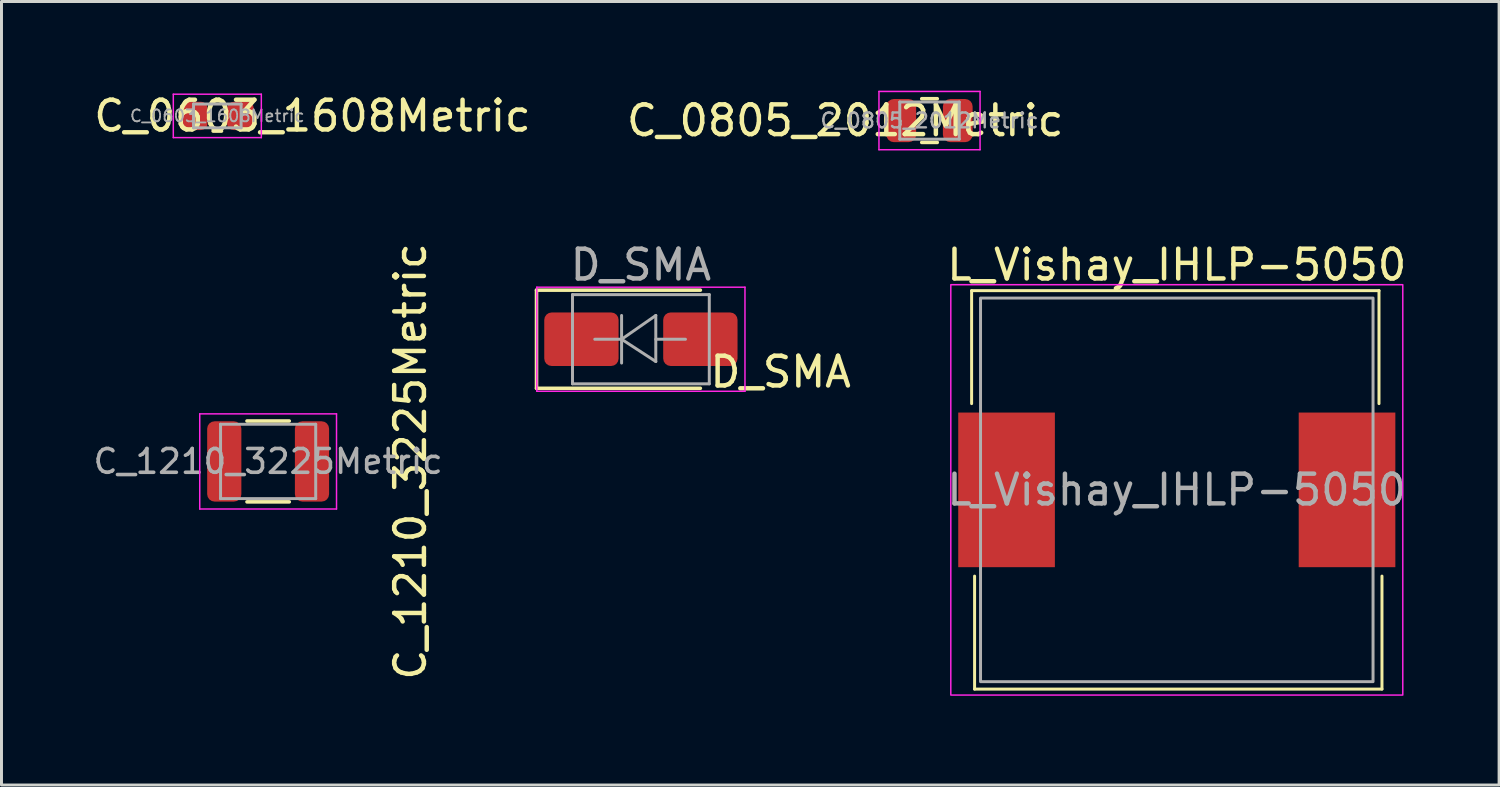
<source format=kicad_pcb>
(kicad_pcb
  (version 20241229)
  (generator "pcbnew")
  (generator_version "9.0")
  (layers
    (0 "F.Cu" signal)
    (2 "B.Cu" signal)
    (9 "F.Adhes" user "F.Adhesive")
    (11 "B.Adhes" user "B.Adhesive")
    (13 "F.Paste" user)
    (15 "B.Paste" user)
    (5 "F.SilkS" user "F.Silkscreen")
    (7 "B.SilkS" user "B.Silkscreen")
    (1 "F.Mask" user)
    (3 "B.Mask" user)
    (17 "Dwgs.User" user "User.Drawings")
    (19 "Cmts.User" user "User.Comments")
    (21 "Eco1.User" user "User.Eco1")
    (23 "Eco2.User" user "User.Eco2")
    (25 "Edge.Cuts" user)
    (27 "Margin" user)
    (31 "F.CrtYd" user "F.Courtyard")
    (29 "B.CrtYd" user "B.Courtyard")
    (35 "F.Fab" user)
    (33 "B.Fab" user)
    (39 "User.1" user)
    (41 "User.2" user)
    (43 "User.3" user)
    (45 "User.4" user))
  (footprint "L_Vishay_IHLP-5050"
    (layer "F.Cu")
    (at 36.525 13.424)
    (property "Reference" "L_Vishay_IHLP-5050" (at 0 -7.566 0) (layer "F.SilkS") (effects (font (size 1 1) (thickness 0.15))))
    (attr smd)
    (fp_line (start -6.9 -6.7) (end 6.8 -6.7) (stroke (width 0.1) (type default)) (layer "F.SilkS"))
    (fp_line (start -6.9 -2.9) (end -6.9 -6.7) (stroke (width 0.1) (type default)) (layer "F.SilkS"))
    (fp_line (start -6.8 2.9) (end -6.8 6.7) (stroke (width 0.1) (type default)) (layer "F.SilkS"))
    (fp_line (start -6.8 6.7) (end 6.9 6.7) (stroke (width 0.1) (type default)) (layer "F.SilkS"))
    (fp_line (start 6.8 -6.7) (end 6.8 -2.9) (stroke (width 0.1) (type default)) (layer "F.SilkS"))
    (fp_line (start 6.9 6.7) (end 6.9 2.9) (stroke (width 0.1) (type default)) (layer "F.SilkS"))
    (fp_rect (start -7.6 -6.9) (end 7.6 6.9) (stroke (width 0.05) (type default)) (fill no) (layer "F.CrtYd"))
    (fp_rect (start -6.6 -6.45) (end 6.6 6.45) (stroke (width 0.1) (type default)) (fill no) (layer "F.Fab"))
    (fp_text user "${REFERENCE}" (at 0 0 0) (layer "F.Fab") (effects (font (size 1 1) (thickness 0.15))))
    (pad "1" smd rect (at -5.725 0) (size 3.25 5.2) (layers "F.Cu" "F.Mask" "F.Paste"))
    (pad "2" smd rect (at 5.725 0) (size 3.25 5.2) (layers "F.Cu" "F.Mask" "F.Paste")))
  (footprint "D_SMA"
    (layer "F.Cu")
    (at 18.503 8.358)
    (property "Reference" "D_SMA" (at 4.7 1.1 0) (layer "F.SilkS") (effects (font (size 1 1) (thickness 0.15))))
    (attr smd)
    (fp_line (start -3.51 -1.65) (end -3.51 1.65) (stroke (width 0.12) (type solid)) (layer "F.SilkS"))
    (fp_line (start -3.51 -1.65) (end 2 -1.65) (stroke (width 0.12) (type solid)) (layer "F.SilkS"))
    (fp_line (start -3.51 1.65) (end 2 1.65) (stroke (width 0.12) (type solid)) (layer "F.SilkS"))
    (fp_line (start -3.5 -1.75) (end 3.5 -1.75) (stroke (width 0.05) (type solid)) (layer "F.CrtYd"))
    (fp_line (start -3.5 1.75) (end -3.5 -1.75) (stroke (width 0.05) (type solid)) (layer "F.CrtYd"))
    (fp_line (start 3.5 -1.75) (end 3.5 1.75) (stroke (width 0.05) (type solid)) (layer "F.CrtYd"))
    (fp_line (start 3.5 1.75) (end -3.5 1.75) (stroke (width 0.05) (type solid)) (layer "F.CrtYd"))
    (fp_line (start -2.3 1.5) (end -2.3 -1.5) (stroke (width 0.1) (type solid)) (layer "F.Fab"))
    (fp_line (start -0.649 -0.799) (end -0.649 0.801) (stroke (width 0.1) (type solid)) (layer "F.Fab"))
    (fp_line (start -0.649 0.001) (end -1.551 0.001) (stroke (width 0.1) (type solid)) (layer "F.Fab"))
    (fp_line (start -0.649 0.001) (end 0.501 -0.799) (stroke (width 0.1) (type solid)) (layer "F.Fab"))
    (fp_line (start -0.649 0.001) (end 0.501 0.75) (stroke (width 0.1) (type solid)) (layer "F.Fab"))
    (fp_line (start 0.501 0.001) (end 1.499 0.001) (stroke (width 0.1) (type solid)) (layer "F.Fab"))
    (fp_line (start 0.501 0.75) (end 0.501 -0.799) (stroke (width 0.1) (type solid)) (layer "F.Fab"))
    (fp_line (start 2.3 -1.5) (end -2.3 -1.5) (stroke (width 0.1) (type solid)) (layer "F.Fab"))
    (fp_line (start 2.3 -1.5) (end 2.3 1.5) (stroke (width 0.1) (type solid)) (layer "F.Fab"))
    (fp_line (start 2.3 1.5) (end -2.3 1.5) (stroke (width 0.1) (type solid)) (layer "F.Fab"))
    (fp_text user "${REFERENCE}" (at 0 -2.5 0) (layer "F.Fab") (effects (font (size 1 1) (thickness 0.15))))
    (pad "1" smd roundrect (at -2 0) (size 2.5 1.8) (layers "F.Cu" "F.Mask" "F.Paste") (roundrect_rratio 0.139))
    (pad "2" smd roundrect (at 2 0) (size 2.5 1.8) (layers "F.Cu" "F.Mask" "F.Paste") (roundrect_rratio 0.139)))
  (footprint "C_0603_1608Metric"
    (layer "F.Cu")
    (at 4.258 0.848)
    (property "Reference" "C_0603_1608Metric" (at 3.2 0 180) (layer "F.SilkS") (effects (font (size 1 1) (thickness 0.15))))
    (attr smd)
    (fp_line (start -0.141 -0.51) (end 0.141 -0.51) (stroke (width 0.12) (type solid)) (layer "F.SilkS"))
    (fp_line (start -0.141 0.51) (end 0.141 0.51) (stroke (width 0.12) (type solid)) (layer "F.SilkS"))
    (fp_line (start -1.48 -0.73) (end 1.48 -0.73) (stroke (width 0.05) (type solid)) (layer "F.CrtYd"))
    (fp_line (start -1.48 0.73) (end -1.48 -0.73) (stroke (width 0.05) (type solid)) (layer "F.CrtYd"))
    (fp_line (start 1.48 -0.73) (end 1.48 0.73) (stroke (width 0.05) (type solid)) (layer "F.CrtYd"))
    (fp_line (start 1.48 0.73) (end -1.48 0.73) (stroke (width 0.05) (type solid)) (layer "F.CrtYd"))
    (fp_line (start -0.8 -0.4) (end 0.8 -0.4) (stroke (width 0.1) (type solid)) (layer "F.Fab"))
    (fp_line (start -0.8 0.4) (end -0.8 -0.4) (stroke (width 0.1) (type solid)) (layer "F.Fab"))
    (fp_line (start 0.8 -0.4) (end 0.8 0.4) (stroke (width 0.1) (type solid)) (layer "F.Fab"))
    (fp_line (start 0.8 0.4) (end -0.8 0.4) (stroke (width 0.1) (type solid)) (layer "F.Fab"))
    (fp_text user "${REFERENCE}" (at 0 0 180) (layer "F.Fab") (effects (font (size 0.4 0.4) (thickness 0.06))))
    (pad "1" smd roundrect (at -0.775 0) (size 0.9 0.95) (layers "F.Cu" "F.Mask" "F.Paste") (roundrect_rratio 0.25))
    (pad "2" smd roundrect (at 0.775 0) (size 0.9 0.95) (layers "F.Cu" "F.Mask" "F.Paste") (roundrect_rratio 0.25)))
  (footprint "C_0805_2012Metric"
    (layer "F.Cu")
    (at 28.209 1.005)
    (property "Reference" "C_0805_2012Metric" (at -2.834 0 0) (layer "F.SilkS") (effects (font (size 1 1) (thickness 0.15))))
    (attr smd)
    (fp_line (start -0.261 -0.735) (end 0.261 -0.735) (stroke (width 0.12) (type solid)) (layer "F.SilkS"))
    (fp_line (start -0.261 0.735) (end 0.261 0.735) (stroke (width 0.12) (type solid)) (layer "F.SilkS"))
    (fp_line (start -1.7 -0.98) (end 1.7 -0.98) (stroke (width 0.05) (type solid)) (layer "F.CrtYd"))
    (fp_line (start -1.7 0.98) (end -1.7 -0.98) (stroke (width 0.05) (type solid)) (layer "F.CrtYd"))
    (fp_line (start 1.7 -0.98) (end 1.7 0.98) (stroke (width 0.05) (type solid)) (layer "F.CrtYd"))
    (fp_line (start 1.7 0.98) (end -1.7 0.98) (stroke (width 0.05) (type solid)) (layer "F.CrtYd"))
    (fp_line (start -1 -0.625) (end 1 -0.625) (stroke (width 0.1) (type solid)) (layer "F.Fab"))
    (fp_line (start -1 0.625) (end -1 -0.625) (stroke (width 0.1) (type solid)) (layer "F.Fab"))
    (fp_line (start 1 -0.625) (end 1 0.625) (stroke (width 0.1) (type solid)) (layer "F.Fab"))
    (fp_line (start 1 0.625) (end -1 0.625) (stroke (width 0.1) (type solid)) (layer "F.Fab"))
    (fp_text user "${REFERENCE}" (at 0 0 0) (layer "F.Fab") (effects (font (size 0.5 0.5) (thickness 0.08))))
    (pad "1" smd roundrect (at -0.95 0) (size 1 1.45) (layers "F.Cu" "F.Mask" "F.Paste") (roundrect_rratio 0.25))
    (pad "2" smd roundrect (at 0.95 0) (size 1 1.45) (layers "F.Cu" "F.Mask" "F.Paste") (roundrect_rratio 0.25)))
  (footprint "C_1210_3225Metric"
    (layer "F.Cu")
    (at 5.967 12.468)
    (property "Reference" "C_1210_3225Metric" (at 4.784 0 90) (layer "F.SilkS") (effects (font (size 1 1) (thickness 0.15))))
    (attr smd)
    (fp_line (start -0.711 -1.36) (end 0.711 -1.36) (stroke (width 0.12) (type solid)) (layer "F.SilkS"))
    (fp_line (start -0.711 1.36) (end 0.711 1.36) (stroke (width 0.12) (type solid)) (layer "F.SilkS"))
    (fp_line (start -2.3 -1.6) (end 2.3 -1.6) (stroke (width 0.05) (type solid)) (layer "F.CrtYd"))
    (fp_line (start -2.3 1.6) (end -2.3 -1.6) (stroke (width 0.05) (type solid)) (layer "F.CrtYd"))
    (fp_line (start 2.3 -1.6) (end 2.3 1.6) (stroke (width 0.05) (type solid)) (layer "F.CrtYd"))
    (fp_line (start 2.3 1.6) (end -2.3 1.6) (stroke (width 0.05) (type solid)) (layer "F.CrtYd"))
    (fp_line (start -1.6 -1.25) (end 1.6 -1.25) (stroke (width 0.1) (type solid)) (layer "F.Fab"))
    (fp_line (start -1.6 1.25) (end -1.6 -1.25) (stroke (width 0.1) (type solid)) (layer "F.Fab"))
    (fp_line (start 1.6 -1.25) (end 1.6 1.25) (stroke (width 0.1) (type solid)) (layer "F.Fab"))
    (fp_line (start 1.6 1.25) (end -1.6 1.25) (stroke (width 0.1) (type solid)) (layer "F.Fab"))
    (fp_text user "${REFERENCE}" (at 0 0 0) (layer "F.Fab") (effects (font (size 0.8 0.8) (thickness 0.12))))
    (pad "1" smd roundrect (at -1.475 0) (size 1.15 2.7) (layers "F.Cu" "F.Mask" "F.Paste") (roundrect_rratio 0.217))
    (pad "2" smd roundrect (at 1.475 0) (size 1.15 2.7) (layers "F.Cu" "F.Mask" "F.Paste") (roundrect_rratio 0.217)))
  (gr_rect
    (start -3 -3)
    (end 47.364 23.349)
    (stroke (width 0.1) (type default))
    (fill no)
    (layer "Edge.Cuts")))
</source>
